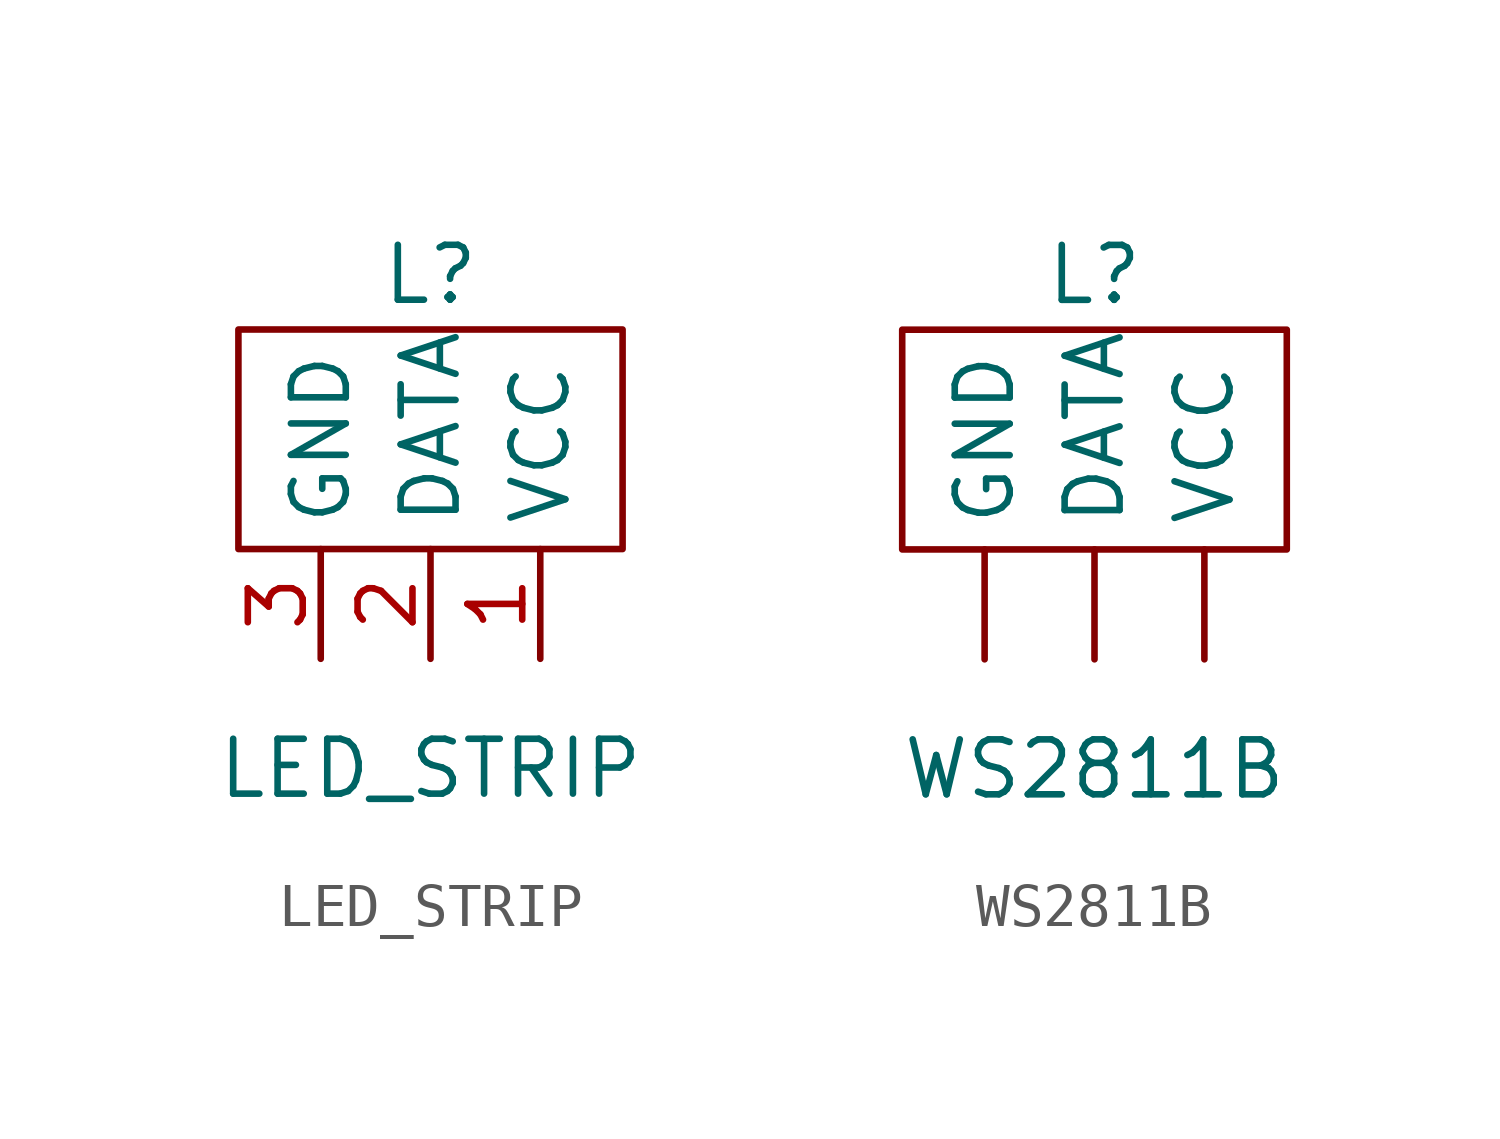
<source format=kicad_sym>
(kicad_symbol_lib
  (version 20211014)
  (generator kicad_symbol_editor)
  (symbol "LED_STRIP"
    (property "Reference" "L"
      (at 0 8.89 0)
      (effects (font (size 1.27 1.27))))
    (property "Value" "LED_STRIP"
      (at 0 -2.54 0)
      (effects (font (size 1.27 1.27))))
    (symbol "LED_STRIP_0_1"
      (rectangle (start -4.445 7.62) (end 4.445 2.54) (stroke (width 0) (type default) (color 0 0 0 0)) (fill (type none))))
    (symbol "LED_STRIP_1_1"
      (pin input line (at 2.54 0 90) (length 2.54) (name "VCC" (effects (font (size 1.27 1.27)))) (number "1" (effects (font (size 1.27 1.27)))))
      (pin input line (at 0 0 90) (length 2.54) (name "DATA" (effects (font (size 1.27 1.27)))) (number "2" (effects (font (size 1.27 1.27)))))
      (pin input line (at -2.54 0 90) (length 2.54) (name "GND" (effects (font (size 1.27 1.27)))) (number "3" (effects (font (size 1.27 1.27)))))))
  (symbol "WS2811B"
    (property "Reference" "L"
      (at 0 8.89 0)
      (effects (font (size 1.27 1.27))))
    (property "Value" "WS2811B"
      (at 0 -2.54 0)
      (effects (font (size 1.27 1.27))))
    (symbol "WS2811B_0_1"
      (rectangle (start -4.445 7.62) (end 4.445 2.54) (stroke (width 0) (type default) (color 0 0 0 0)) (fill (type none))))
    (symbol "WS2811B_1_1"
      (pin input line (at 0 0 90) (length 2.54) (name "DATA" (effects (font (size 1.27 1.27)))) (number "" (effects (font (size 1.27 1.27)))))
      (pin input line (at -2.54 0 90) (length 2.54) (name "GND" (effects (font (size 1.27 1.27)))) (number "" (effects (font (size 1.27 1.27)))))
      (pin input line (at 2.54 0 90) (length 2.54) (name "VCC" (effects (font (size 1.27 1.27)))) (number "" (effects (font (size 1.27 1.27))))))))
</source>
